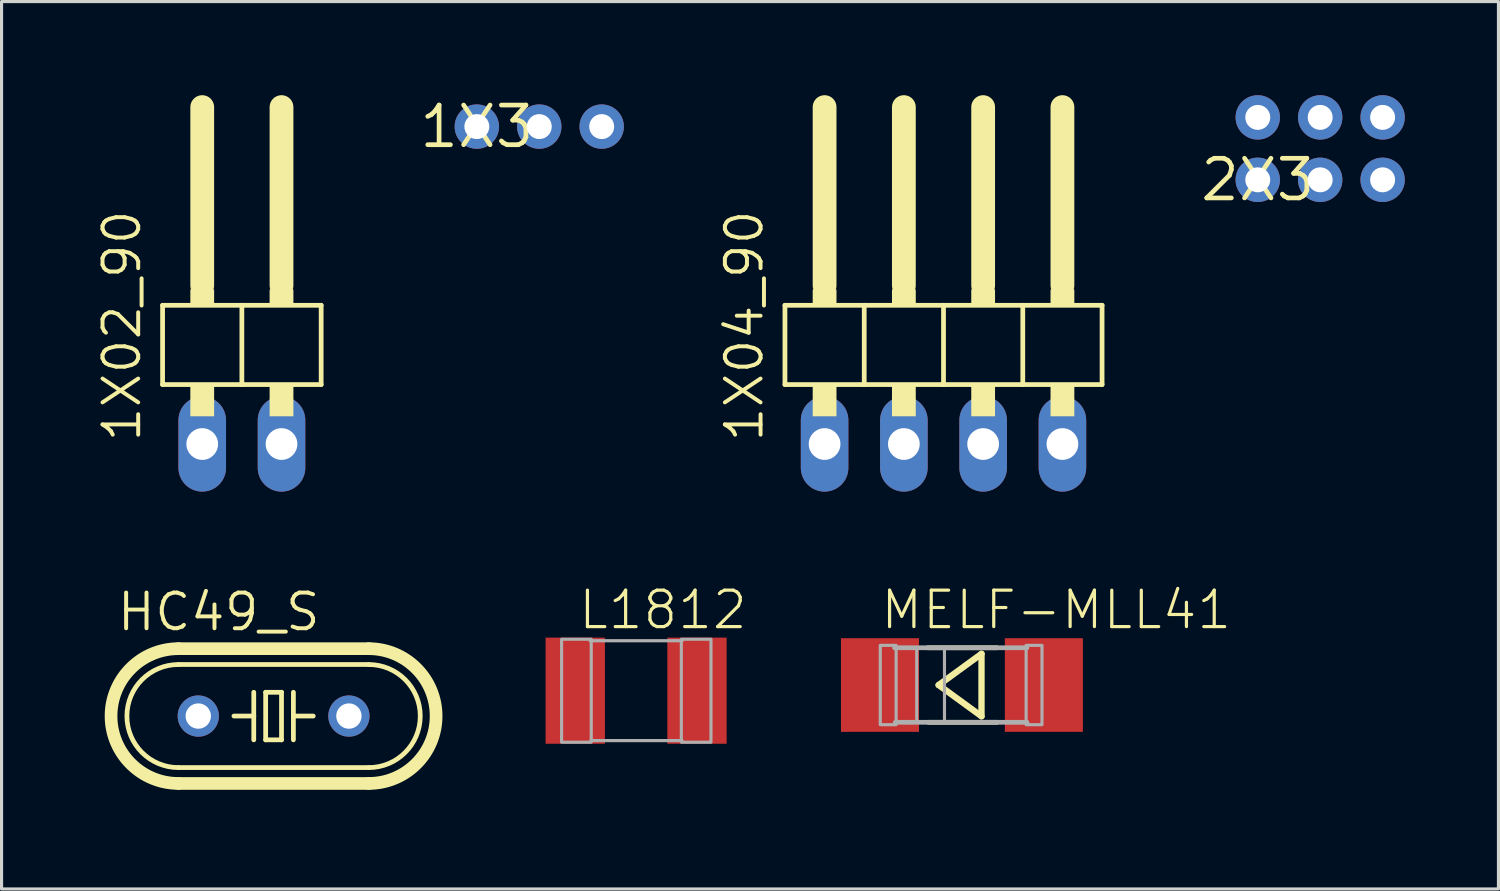
<source format=kicad_pcb>
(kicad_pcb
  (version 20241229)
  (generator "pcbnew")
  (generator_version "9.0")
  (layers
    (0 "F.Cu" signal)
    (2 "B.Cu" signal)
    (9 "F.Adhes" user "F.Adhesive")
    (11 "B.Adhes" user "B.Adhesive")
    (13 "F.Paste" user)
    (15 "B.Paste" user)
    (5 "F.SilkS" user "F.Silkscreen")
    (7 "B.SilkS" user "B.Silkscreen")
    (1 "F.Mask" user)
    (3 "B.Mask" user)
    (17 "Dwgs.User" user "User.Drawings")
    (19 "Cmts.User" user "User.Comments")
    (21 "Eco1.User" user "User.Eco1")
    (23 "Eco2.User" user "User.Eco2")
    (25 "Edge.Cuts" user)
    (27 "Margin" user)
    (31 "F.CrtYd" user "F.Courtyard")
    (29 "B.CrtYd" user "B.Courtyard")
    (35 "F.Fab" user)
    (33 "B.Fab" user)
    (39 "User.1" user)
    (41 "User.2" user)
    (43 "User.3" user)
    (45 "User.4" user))
  (footprint "2X3"
    (layer "F.Cu")
    (at 37.246 2.711)
    (property "Reference" "2X3" (at 0 0 0) (layer "F.SilkS") (effects (font (size 1.27 1.27) (thickness 0.15))))
    (fp_poly (pts (xy -0.254 -1.746) (xy 0.254 -1.746) (xy 0.254 -2.254) (xy -0.254 -2.254)) (stroke (width 0) (type solid)) (fill yes) (layer "F.SilkS"))
    (fp_poly (pts (xy -0.254 0.254) (xy 0.254 0.254) (xy 0.254 -0.254) (xy -0.254 -0.254)) (stroke (width 0) (type solid)) (fill yes) (layer "F.SilkS"))
    (fp_poly (pts (xy 1.746 -1.746) (xy 2.254 -1.746) (xy 2.254 -2.254) (xy 1.746 -2.254)) (stroke (width 0) (type solid)) (fill yes) (layer "F.SilkS"))
    (fp_poly (pts (xy 1.746 0.254) (xy 2.254 0.254) (xy 2.254 -0.254) (xy 1.746 -0.254)) (stroke (width 0) (type solid)) (fill yes) (layer "F.SilkS"))
    (fp_poly (pts (xy 3.746 -1.746) (xy 4.254 -1.746) (xy 4.254 -2.254) (xy 3.746 -2.254)) (stroke (width 0) (type solid)) (fill yes) (layer "F.SilkS"))
    (fp_poly (pts (xy 3.746 0.254) (xy 4.254 0.254) (xy 4.254 -0.254) (xy 3.746 -0.254)) (stroke (width 0) (type solid)) (fill yes) (layer "F.SilkS"))
    (pad "1" thru_hole circle (at 0 0) (size 1.422 1.422) (drill 0.8) (layers "*.Cu" "*.Mask"))
    (pad "2" thru_hole circle (at 0 -2) (size 1.422 1.422) (drill 0.8) (layers "*.Cu" "*.Mask"))
    (pad "3" thru_hole circle (at 2 0) (size 1.422 1.422) (drill 0.8) (layers "*.Cu" "*.Mask"))
    (pad "4" thru_hole circle (at 2 -2) (size 1.422 1.422) (drill 0.8) (layers "*.Cu" "*.Mask"))
    (pad "5" thru_hole circle (at 4 0) (size 1.422 1.422) (drill 0.8) (layers "*.Cu" "*.Mask"))
    (pad "6" thru_hole circle (at 4 -2) (size 1.422 1.422) (drill 0.8) (layers "*.Cu" "*.Mask")))
  (footprint "1X04_90"
    (layer "F.Cu")
    (at 27.178 7.366)
    (property "Reference" "1X04_90" (at -5.715 3.81 90) (layer "F.SilkS") (effects (font (size 1.143 1.143) (thickness 0.127)) (justify left bottom)))
    (fp_line (start -5.08 -0.635) (end -5.08 1.905) (stroke (width 0.152) (type solid)) (layer "F.SilkS"))
    (fp_line (start -5.08 1.905) (end -2.54 1.905) (stroke (width 0.152) (type solid)) (layer "F.SilkS"))
    (fp_line (start -3.81 -6.985) (end -3.81 -1.27) (stroke (width 0.762) (type solid)) (layer "F.SilkS"))
    (fp_line (start -2.54 -0.635) (end -5.08 -0.635) (stroke (width 0.152) (type solid)) (layer "F.SilkS"))
    (fp_line (start -2.54 1.905) (end -2.54 -0.635) (stroke (width 0.152) (type solid)) (layer "F.SilkS"))
    (fp_line (start -2.54 1.905) (end 0 1.905) (stroke (width 0.152) (type solid)) (layer "F.SilkS"))
    (fp_line (start -1.27 -6.985) (end -1.27 -1.27) (stroke (width 0.762) (type solid)) (layer "F.SilkS"))
    (fp_line (start 0 -0.635) (end -2.54 -0.635) (stroke (width 0.152) (type solid)) (layer "F.SilkS"))
    (fp_line (start 0 1.905) (end 0 -0.635) (stroke (width 0.152) (type solid)) (layer "F.SilkS"))
    (fp_line (start 0 1.905) (end 2.54 1.905) (stroke (width 0.152) (type solid)) (layer "F.SilkS"))
    (fp_line (start 1.27 -6.985) (end 1.27 -1.27) (stroke (width 0.762) (type solid)) (layer "F.SilkS"))
    (fp_line (start 2.54 -0.635) (end 0 -0.635) (stroke (width 0.152) (type solid)) (layer "F.SilkS"))
    (fp_line (start 2.54 1.905) (end 2.54 -0.635) (stroke (width 0.152) (type solid)) (layer "F.SilkS"))
    (fp_line (start 2.54 1.905) (end 5.08 1.905) (stroke (width 0.152) (type solid)) (layer "F.SilkS"))
    (fp_line (start 3.81 -6.985) (end 3.81 -1.27) (stroke (width 0.762) (type solid)) (layer "F.SilkS"))
    (fp_line (start 5.08 -0.635) (end 2.54 -0.635) (stroke (width 0.152) (type solid)) (layer "F.SilkS"))
    (fp_line (start 5.08 1.905) (end 5.08 -0.635) (stroke (width 0.152) (type solid)) (layer "F.SilkS"))
    (fp_poly (pts (xy -4.191 -0.635) (xy -3.429 -0.635) (xy -3.429 -1.143) (xy -4.191 -1.143)) (stroke (width 0) (type solid)) (fill yes) (layer "F.SilkS"))
    (fp_poly (pts (xy -4.191 2.921) (xy -3.429 2.921) (xy -3.429 1.905) (xy -4.191 1.905)) (stroke (width 0) (type solid)) (fill yes) (layer "F.SilkS"))
    (fp_poly (pts (xy -1.651 -0.635) (xy -0.889 -0.635) (xy -0.889 -1.143) (xy -1.651 -1.143)) (stroke (width 0) (type solid)) (fill yes) (layer "F.SilkS"))
    (fp_poly (pts (xy -1.651 2.921) (xy -0.889 2.921) (xy -0.889 1.905) (xy -1.651 1.905)) (stroke (width 0) (type solid)) (fill yes) (layer "F.SilkS"))
    (fp_poly (pts (xy 0.889 -0.635) (xy 1.651 -0.635) (xy 1.651 -1.143) (xy 0.889 -1.143)) (stroke (width 0) (type solid)) (fill yes) (layer "F.SilkS"))
    (fp_poly (pts (xy 0.889 2.921) (xy 1.651 2.921) (xy 1.651 1.905) (xy 0.889 1.905)) (stroke (width 0) (type solid)) (fill yes) (layer "F.SilkS"))
    (fp_poly (pts (xy 3.429 -0.635) (xy 4.191 -0.635) (xy 4.191 -1.143) (xy 3.429 -1.143)) (stroke (width 0) (type solid)) (fill yes) (layer "F.SilkS"))
    (fp_poly (pts (xy 3.429 2.921) (xy 4.191 2.921) (xy 4.191 1.905) (xy 3.429 1.905)) (stroke (width 0) (type solid)) (fill yes) (layer "F.SilkS"))
    (pad "1" thru_hole oval (at -3.81 3.81 90) (size 3.048 1.524) (drill 1.016) (layers "*.Cu" "*.Mask"))
    (pad "2" thru_hole oval (at -1.27 3.81 90) (size 3.048 1.524) (drill 1.016) (layers "*.Cu" "*.Mask"))
    (pad "3" thru_hole oval (at 1.27 3.81 90) (size 3.048 1.524) (drill 1.016) (layers "*.Cu" "*.Mask"))
    (pad "4" thru_hole oval (at 3.81 3.81 90) (size 3.048 1.524) (drill 1.016) (layers "*.Cu" "*.Mask")))
  (footprint "HC49_S"
    (layer "F.Cu")
    (at 5.715 19.891)
    (property "Reference" "HC49_S" (at -5.08 -2.667 0) (layer "F.SilkS") (effects (font (size 1.143 1.143) (thickness 0.127)) (justify left bottom)))
    (fp_line (start -3.048 -2.159) (end 3.048 -2.159) (stroke (width 0.406) (type solid)) (layer "F.SilkS"))
    (fp_line (start -3.048 1.651) (end 3.048 1.651) (stroke (width 0.152) (type solid)) (layer "F.SilkS"))
    (fp_line (start -3.048 2.159) (end 3.048 2.159) (stroke (width 0.406) (type solid)) (layer "F.SilkS"))
    (fp_line (start -0.635 -0.762) (end -0.635 0) (stroke (width 0.152) (type solid)) (layer "F.SilkS"))
    (fp_line (start -0.635 0) (end -1.27 0) (stroke (width 0.152) (type solid)) (layer "F.SilkS"))
    (fp_line (start -0.635 0) (end -0.635 0.762) (stroke (width 0.152) (type solid)) (layer "F.SilkS"))
    (fp_line (start -0.254 -0.762) (end 0.254 -0.762) (stroke (width 0.152) (type solid)) (layer "F.SilkS"))
    (fp_line (start -0.254 0.762) (end -0.254 -0.762) (stroke (width 0.152) (type solid)) (layer "F.SilkS"))
    (fp_line (start 0.254 -0.762) (end 0.254 0.762) (stroke (width 0.152) (type solid)) (layer "F.SilkS"))
    (fp_line (start 0.254 0.762) (end -0.254 0.762) (stroke (width 0.152) (type solid)) (layer "F.SilkS"))
    (fp_line (start 0.635 -0.762) (end 0.635 0) (stroke (width 0.152) (type solid)) (layer "F.SilkS"))
    (fp_line (start 0.635 0) (end 0.635 0.762) (stroke (width 0.152) (type solid)) (layer "F.SilkS"))
    (fp_line (start 0.635 0) (end 1.27 0) (stroke (width 0.152) (type solid)) (layer "F.SilkS"))
    (fp_line (start 3.048 -1.651) (end -3.048 -1.651) (stroke (width 0.152) (type solid)) (layer "F.SilkS"))
    (fp_arc (start -3.048 1.651) (mid -4.699 0) (end -3.048 -1.651) (stroke (width 0.1524) (type solid)) (layer "F.SilkS"))
    (fp_arc (start -3.048 2.159) (mid -5.207 0) (end -3.048 -2.159) (stroke (width 0.4064) (type solid)) (layer "F.SilkS"))
    (fp_arc (start 3.048 -2.159) (mid 5.207 0) (end 3.048 2.159) (stroke (width 0.4064) (type solid)) (layer "F.SilkS"))
    (fp_arc (start 3.048 -1.651) (mid 4.699 0) (end 3.048 1.651) (stroke (width 0.1524) (type solid)) (layer "F.SilkS"))
    (pad "1" thru_hole circle (at -2.413 0) (size 1.321 1.321) (drill 0.813) (layers "*.Cu" "*.Mask"))
    (pad "2" thru_hole circle (at 2.413 0) (size 1.321 1.321) (drill 0.813) (layers "*.Cu" "*.Mask"))
    (zone (net_name "") (layers "F.Cu" "B.Cu") (hatch edge 0.508) (connect_pads) (min_thickness 0.254) (filled_areas_thickness no) (keepout (tracks allowed) (vias not_allowed) (pads allowed) (copperpour allowed) (footprints allowed)) (placement (enabled no)) (fill) (polygon (pts (xy 0 21.161) (xy 0.635 21.161) (xy 0.635 18.621) (xy 0 18.621))))
    (zone (net_name "") (layers "F.Cu" "B.Cu") (hatch edge 0.508) (connect_pads) (min_thickness 0.254) (filled_areas_thickness no) (keepout (tracks allowed) (vias not_allowed) (pads allowed) (copperpour allowed) (footprints allowed)) (placement (enabled no)) (fill) (polygon (pts (xy 0.635 21.796) (xy 1.27 21.796) (xy 1.27 17.986) (xy 0.635 17.986))))
    (zone (net_name "") (layers "F.Cu" "B.Cu") (hatch edge 0.508) (connect_pads) (min_thickness 0.254) (filled_areas_thickness no) (keepout (tracks allowed) (vias not_allowed) (pads allowed) (copperpour allowed) (footprints allowed)) (placement (enabled no)) (fill) (polygon (pts (xy 1.27 22.431) (xy 10.16 22.431) (xy 10.16 17.351) (xy 1.27 17.351))))
    (zone (net_name "") (layers "F.Cu" "B.Cu") (hatch edge 0.508) (connect_pads) (min_thickness 0.254) (filled_areas_thickness no) (keepout (tracks allowed) (vias not_allowed) (pads allowed) (copperpour allowed) (footprints allowed)) (placement (enabled no)) (fill) (polygon (pts (xy 10.16 21.796) (xy 10.795 21.796) (xy 10.795 17.986) (xy 10.16 17.986))))
    (zone (net_name "") (layers "F.Cu" "B.Cu") (hatch edge 0.508) (connect_pads) (min_thickness 0.254) (filled_areas_thickness no) (keepout (tracks allowed) (vias not_allowed) (pads allowed) (copperpour allowed) (footprints allowed)) (placement (enabled no)) (fill) (polygon (pts (xy 10.795 21.161) (xy 11.43 21.161) (xy 11.43 18.621) (xy 10.795 18.621)))))
  (footprint "MELF-MLL41"
    (layer "F.Cu")
    (at 27.768 18.897)
    (property "Reference" "MELF-MLL41" (at -2.663 -1.724 0) (layer "F.SilkS") (effects (font (size 1.168 1.168) (thickness 0.102)) (justify left bottom)))
    (fp_line (start -0.746 0) (end 0.627 1) (stroke (width 0.203) (type solid)) (layer "F.SilkS"))
    (fp_line (start 0.627 -1) (end -0.746 0) (stroke (width 0.203) (type solid)) (layer "F.SilkS"))
    (fp_line (start 0.627 1) (end 0.627 -1) (stroke (width 0.203) (type solid)) (layer "F.SilkS"))
    (fp_line (start 1.121 -1.194) (end -1.097 -1.194) (stroke (width 0.152) (type solid)) (layer "F.SilkS"))
    (fp_line (start 1.121 1.194) (end -1.072 1.194) (stroke (width 0.152) (type solid)) (layer "F.SilkS"))
    (fp_line (start 2.083 -1.194) (end -2.159 -1.194) (stroke (width 0.152) (type solid)) (layer "F.Fab"))
    (fp_line (start 2.083 1.194) (end -2.134 1.194) (stroke (width 0.152) (type solid)) (layer "F.Fab"))
    (fp_poly (pts (xy -2.616 1.27) (xy -2.108 1.27) (xy -2.108 -1.27) (xy -2.616 -1.27)) (stroke (width 0.1) (type solid)) (fill no) (layer "F.Fab"))
    (fp_poly (pts (xy -1.448 1.194) (xy -0.559 1.194) (xy -0.559 -1.194) (xy -1.448 -1.194)) (stroke (width 0.1) (type solid)) (fill no) (layer "F.Fab"))
    (fp_poly (pts (xy 2.057 1.27) (xy 2.565 1.27) (xy 2.565 -1.27) (xy 2.057 -1.27)) (stroke (width 0.1) (type solid)) (fill no) (layer "F.Fab"))
    (pad "A" smd rect (at 2.625 0) (size 2.5 3) (layers "F.Cu" "F.Mask" "F.Paste"))
    (pad "C" smd rect (at -2.625 0) (size 2.5 3) (layers "F.Cu" "F.Mask" "F.Paste")))
  (footprint "L1812"
    (layer "F.Cu")
    (at 17.33 19.078)
    (property "Reference" "L1812" (at -1.905 -1.905 0) (layer "F.SilkS") (effects (font (size 1.168 1.168) (thickness 0.102)) (justify left bottom)))
    (fp_line (start -1.473 -1.6) (end 1.473 -1.6) (stroke (width 0.102) (type solid)) (layer "F.Fab"))
    (fp_line (start -1.448 1.6) (end 1.473 1.6) (stroke (width 0.102) (type solid)) (layer "F.Fab"))
    (fp_poly (pts (xy -2.388 1.651) (xy -1.438 1.651) (xy -1.438 -1.649) (xy -2.388 -1.649)) (stroke (width 0.1) (type solid)) (fill no) (layer "F.Fab"))
    (fp_poly (pts (xy 1.448 1.651) (xy 2.398 1.651) (xy 2.398 -1.649) (xy 1.448 -1.649)) (stroke (width 0.1) (type solid)) (fill no) (layer "F.Fab"))
    (pad "1" smd rect (at -1.95 0) (size 1.9 3.4) (layers "F.Cu" "F.Mask" "F.Paste"))
    (pad "2" smd rect (at 1.95 0) (size 1.9 3.4) (layers "F.Cu" "F.Mask" "F.Paste")))
  (footprint "1X02_90"
    (layer "F.Cu")
    (at 4.699 7.366)
    (property "Reference" "1X02_90" (at -3.175 3.81 90) (layer "F.SilkS") (effects (font (size 1.143 1.143) (thickness 0.127)) (justify left bottom)))
    (fp_line (start -2.54 -0.635) (end -2.54 1.905) (stroke (width 0.152) (type solid)) (layer "F.SilkS"))
    (fp_line (start -2.54 1.905) (end 0 1.905) (stroke (width 0.152) (type solid)) (layer "F.SilkS"))
    (fp_line (start -1.27 -6.985) (end -1.27 -1.27) (stroke (width 0.762) (type solid)) (layer "F.SilkS"))
    (fp_line (start 0 -0.635) (end -2.54 -0.635) (stroke (width 0.152) (type solid)) (layer "F.SilkS"))
    (fp_line (start 0 1.905) (end 0 -0.635) (stroke (width 0.152) (type solid)) (layer "F.SilkS"))
    (fp_line (start 0 1.905) (end 2.54 1.905) (stroke (width 0.152) (type solid)) (layer "F.SilkS"))
    (fp_line (start 1.27 -6.985) (end 1.27 -1.27) (stroke (width 0.762) (type solid)) (layer "F.SilkS"))
    (fp_line (start 2.54 -0.635) (end 0 -0.635) (stroke (width 0.152) (type solid)) (layer "F.SilkS"))
    (fp_line (start 2.54 1.905) (end 2.54 -0.635) (stroke (width 0.152) (type solid)) (layer "F.SilkS"))
    (fp_poly (pts (xy -1.651 -0.635) (xy -0.889 -0.635) (xy -0.889 -1.143) (xy -1.651 -1.143)) (stroke (width 0) (type solid)) (fill yes) (layer "F.SilkS"))
    (fp_poly (pts (xy -1.651 2.921) (xy -0.889 2.921) (xy -0.889 1.905) (xy -1.651 1.905)) (stroke (width 0) (type solid)) (fill yes) (layer "F.SilkS"))
    (fp_poly (pts (xy 0.889 -0.635) (xy 1.651 -0.635) (xy 1.651 -1.143) (xy 0.889 -1.143)) (stroke (width 0) (type solid)) (fill yes) (layer "F.SilkS"))
    (fp_poly (pts (xy 0.889 2.921) (xy 1.651 2.921) (xy 1.651 1.905) (xy 0.889 1.905)) (stroke (width 0) (type solid)) (fill yes) (layer "F.SilkS"))
    (pad "1" thru_hole oval (at -1.27 3.81 90) (size 3.048 1.524) (drill 1.016) (layers "*.Cu" "*.Mask"))
    (pad "2" thru_hole oval (at 1.27 3.81 90) (size 3.048 1.524) (drill 1.016) (layers "*.Cu" "*.Mask")))
  (footprint "1X3"
    (layer "F.Cu")
    (at 12.227 1.006)
    (property "Reference" "1X3" (at 0 0 0) (layer "F.SilkS") (effects (font (size 1.27 1.27) (thickness 0.15))))
    (fp_poly (pts (xy -0.254 0.254) (xy 0.254 0.254) (xy 0.254 -0.254) (xy -0.254 -0.254)) (stroke (width 0) (type solid)) (fill yes) (layer "F.SilkS"))
    (fp_poly (pts (xy 1.746 0.254) (xy 2.254 0.254) (xy 2.254 -0.254) (xy 1.746 -0.254)) (stroke (width 0) (type solid)) (fill yes) (layer "F.SilkS"))
    (fp_poly (pts (xy 3.746 0.254) (xy 4.254 0.254) (xy 4.254 -0.254) (xy 3.746 -0.254)) (stroke (width 0) (type solid)) (fill yes) (layer "F.SilkS"))
    (pad "1" thru_hole circle (at 0 0) (size 1.422 1.422) (drill 0.8) (layers "*.Cu" "*.Mask"))
    (pad "2" thru_hole circle (at 2 0) (size 1.422 1.422) (drill 0.8) (layers "*.Cu" "*.Mask"))
    (pad "3" thru_hole circle (at 4 0) (size 1.422 1.422) (drill 0.8) (layers "*.Cu" "*.Mask")))
  (gr_rect
    (start -3 -3)
    (end 44.957 25.431)
    (stroke (width 0.1) (type default))
    (fill no)
    (layer "Edge.Cuts")))
</source>
